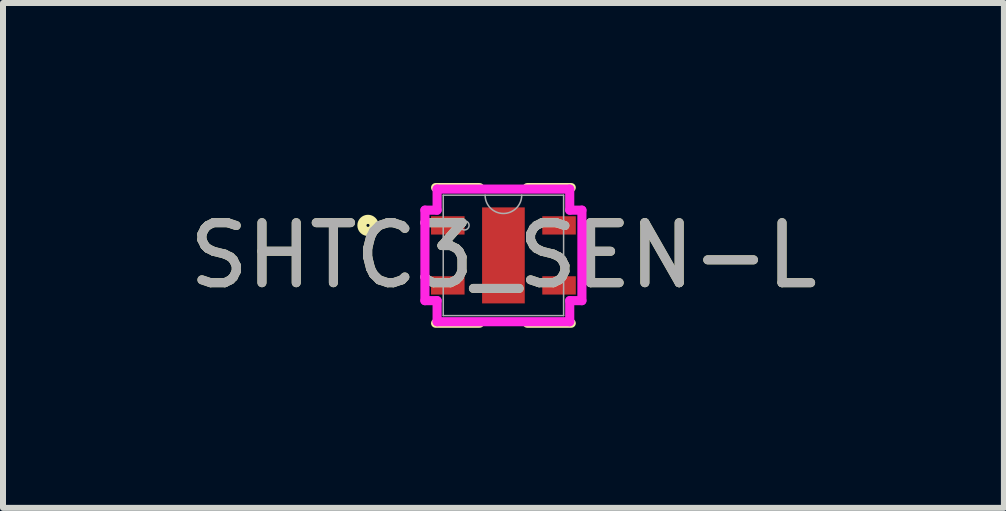
<source format=kicad_pcb>
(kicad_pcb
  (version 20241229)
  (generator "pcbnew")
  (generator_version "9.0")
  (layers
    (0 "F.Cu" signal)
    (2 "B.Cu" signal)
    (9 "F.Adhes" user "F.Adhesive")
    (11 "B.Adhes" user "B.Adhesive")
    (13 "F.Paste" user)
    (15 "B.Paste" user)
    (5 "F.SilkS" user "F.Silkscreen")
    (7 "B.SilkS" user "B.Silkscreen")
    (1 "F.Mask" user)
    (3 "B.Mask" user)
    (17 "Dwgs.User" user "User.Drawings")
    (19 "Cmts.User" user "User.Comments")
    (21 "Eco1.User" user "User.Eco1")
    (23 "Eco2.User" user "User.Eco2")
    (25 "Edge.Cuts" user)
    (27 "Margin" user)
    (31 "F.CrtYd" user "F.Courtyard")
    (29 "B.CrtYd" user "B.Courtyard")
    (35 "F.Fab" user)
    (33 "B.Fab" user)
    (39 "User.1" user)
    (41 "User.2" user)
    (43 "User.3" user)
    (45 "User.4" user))
  (footprint "SHTC3_SEN-L"
    (layer "F.Cu")
    (at 5.339 1.206)
    (property "Reference" "SHTC3_SEN-L" (at 0 0 0) (unlocked yes) (layer "F.SilkS") (effects (font (size 1 1) (thickness 0.15))))
    (attr smd)
    (fp_line (start -1.13 1.13) (end -0.397 1.13) (stroke (width 0.152) (type solid)) (layer "F.SilkS"))
    (fp_line (start -0.397 -1.13) (end -1.13 -1.13) (stroke (width 0.152) (type solid)) (layer "F.SilkS"))
    (fp_line (start 0.397 1.13) (end 1.13 1.13) (stroke (width 0.152) (type solid)) (layer "F.SilkS"))
    (fp_line (start 1.13 -1.13) (end 0.397 -1.13) (stroke (width 0.152) (type solid)) (layer "F.SilkS"))
    (fp_circle (center -2.257 -0.5) (end -2.156 -0.5) (stroke (width 0.152) (type solid)) (fill no) (layer "F.SilkS"))
    (fp_line (start -1.308 -0.754) (end -1.105 -0.754) (stroke (width 0.152) (type solid)) (layer "F.CrtYd"))
    (fp_line (start -1.308 0.754) (end -1.308 -0.754) (stroke (width 0.152) (type solid)) (layer "F.CrtYd"))
    (fp_line (start -1.308 0.754) (end -1.105 0.754) (stroke (width 0.152) (type solid)) (layer "F.CrtYd"))
    (fp_line (start -1.105 -1.105) (end 1.105 -1.105) (stroke (width 0.152) (type solid)) (layer "F.CrtYd"))
    (fp_line (start -1.105 -0.754) (end -1.105 -1.105) (stroke (width 0.152) (type solid)) (layer "F.CrtYd"))
    (fp_line (start -1.105 1.105) (end -1.105 0.754) (stroke (width 0.152) (type solid)) (layer "F.CrtYd"))
    (fp_line (start 1.105 -1.105) (end 1.105 -0.754) (stroke (width 0.152) (type solid)) (layer "F.CrtYd"))
    (fp_line (start 1.105 0.754) (end 1.105 1.105) (stroke (width 0.152) (type solid)) (layer "F.CrtYd"))
    (fp_line (start 1.105 1.105) (end -1.105 1.105) (stroke (width 0.152) (type solid)) (layer "F.CrtYd"))
    (fp_line (start 1.308 -0.754) (end 1.105 -0.754) (stroke (width 0.152) (type solid)) (layer "F.CrtYd"))
    (fp_line (start 1.308 -0.754) (end 1.308 0.754) (stroke (width 0.152) (type solid)) (layer "F.CrtYd"))
    (fp_line (start 1.308 0.754) (end 1.105 0.754) (stroke (width 0.152) (type solid)) (layer "F.CrtYd"))
    (fp_line (start -1.003 -1.003) (end -1.003 1.003) (stroke (width 0.025) (type solid)) (layer "F.Fab"))
    (fp_line (start -1.003 1.003) (end 1.003 1.003) (stroke (width 0.025) (type solid)) (layer "F.Fab"))
    (fp_line (start 1.003 -1.003) (end -1.003 -1.003) (stroke (width 0.025) (type solid)) (layer "F.Fab"))
    (fp_line (start 1.003 1.003) (end 1.003 -1.003) (stroke (width 0.025) (type solid)) (layer "F.Fab"))
    (fp_arc (start 0.3048 -1.0033) (mid 0 -0.6985) (end -0.3048 -1.0033) (stroke (width 0.0254) (type solid)) (layer "F.Fab"))
    (fp_circle (center -0.648 -0.5) (end -0.572 -0.5) (stroke (width 0.025) (type solid)) (fill no) (layer "F.Fab"))
    (fp_text user "${REFERENCE}" (at 0 0 0) (unlocked yes) (layer "F.Fab") (effects (font (size 1 1) (thickness 0.15))))
    (pad "1" smd rect (at -0.927 -0.5) (size 0.559 0.305) (layers "F.Cu" "F.Mask" "F.Paste"))
    (pad "2" smd rect (at -0.927 0.5) (size 0.559 0.305) (layers "F.Cu" "F.Mask" "F.Paste"))
    (pad "3" smd rect (at 0.927 0.5) (size 0.559 0.305) (layers "F.Cu" "F.Mask" "F.Paste"))
    (pad "4" smd rect (at 0.927 -0.5) (size 0.559 0.305) (layers "F.Cu" "F.Mask" "F.Paste"))
    (pad "5" smd rect (at 0 0) (size 0.711 1.6) (layers "F.Cu" "F.Mask" "F.Paste")))
  (gr_rect
    (start -3 -3)
    (end 13.679 5.413)
    (stroke (width 0.1) (type default))
    (fill no)
    (layer "Edge.Cuts")))
</source>
